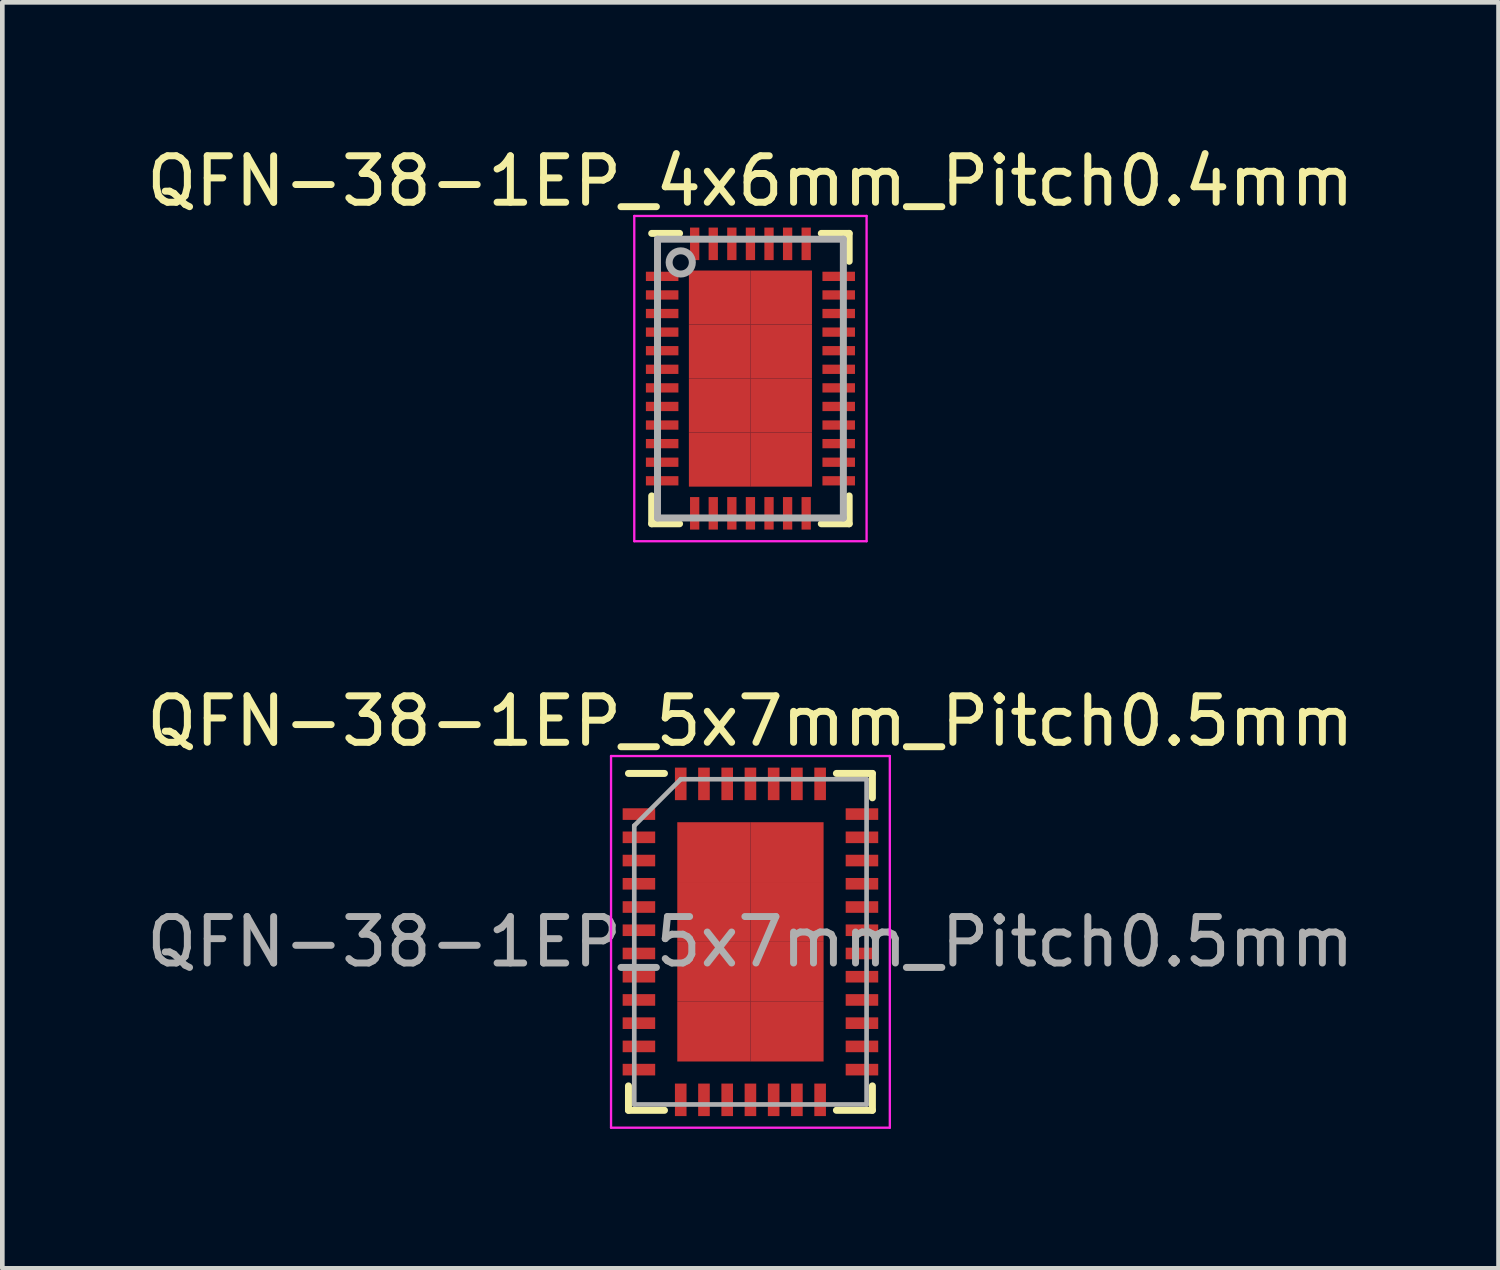
<source format=kicad_pcb>
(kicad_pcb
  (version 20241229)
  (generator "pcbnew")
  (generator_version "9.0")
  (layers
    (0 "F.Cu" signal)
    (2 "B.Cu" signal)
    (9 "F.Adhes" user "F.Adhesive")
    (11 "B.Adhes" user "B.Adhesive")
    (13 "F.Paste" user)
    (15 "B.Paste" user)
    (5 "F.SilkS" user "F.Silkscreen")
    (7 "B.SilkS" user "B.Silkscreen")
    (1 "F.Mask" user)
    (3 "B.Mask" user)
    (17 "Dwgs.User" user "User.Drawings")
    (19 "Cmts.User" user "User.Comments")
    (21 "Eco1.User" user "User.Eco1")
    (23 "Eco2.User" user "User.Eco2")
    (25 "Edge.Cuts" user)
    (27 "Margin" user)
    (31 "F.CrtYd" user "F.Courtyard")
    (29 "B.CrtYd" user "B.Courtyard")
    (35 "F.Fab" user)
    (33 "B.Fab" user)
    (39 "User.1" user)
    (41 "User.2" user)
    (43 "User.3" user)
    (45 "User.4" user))
  (footprint "QFN-38-1EP_4x6mm_Pitch0.4mm"
    (layer "F.Cu")
    (at 13.101 5.098)
    (property "Reference" "QFN-38-1EP_4x6mm_Pitch0.4mm" (at 0 -4.25 0) (layer "F.SilkS") (effects (font (size 1 1) (thickness 0.15))))
    (attr smd)
    (fp_line (start -2.125 -3.125) (end -1.525 -3.125) (stroke (width 0.15) (type solid)) (layer "F.SilkS"))
    (fp_line (start -2.125 3.125) (end -2.125 2.525) (stroke (width 0.15) (type solid)) (layer "F.SilkS"))
    (fp_line (start -2.125 3.125) (end -1.525 3.125) (stroke (width 0.15) (type solid)) (layer "F.SilkS"))
    (fp_line (start 2.125 -3.125) (end 1.525 -3.125) (stroke (width 0.15) (type solid)) (layer "F.SilkS"))
    (fp_line (start 2.125 -3.125) (end 2.125 -2.525) (stroke (width 0.15) (type solid)) (layer "F.SilkS"))
    (fp_line (start 2.125 3.125) (end 1.525 3.125) (stroke (width 0.15) (type solid)) (layer "F.SilkS"))
    (fp_line (start 2.125 3.125) (end 2.125 2.525) (stroke (width 0.15) (type solid)) (layer "F.SilkS"))
    (fp_line (start -2.5 -3.5) (end -2.5 3.5) (stroke (width 0.05) (type solid)) (layer "F.CrtYd"))
    (fp_line (start -2.5 -3.5) (end 2.5 -3.5) (stroke (width 0.05) (type solid)) (layer "F.CrtYd"))
    (fp_line (start -2.5 3.5) (end 2.5 3.5) (stroke (width 0.05) (type solid)) (layer "F.CrtYd"))
    (fp_line (start 2.5 -3.5) (end 2.5 3.5) (stroke (width 0.05) (type solid)) (layer "F.CrtYd"))
    (fp_line (start -2 -3) (end 2 -3) (stroke (width 0.15) (type solid)) (layer "F.Fab"))
    (fp_line (start -2 3) (end -2 -3) (stroke (width 0.15) (type solid)) (layer "F.Fab"))
    (fp_line (start 2 -3) (end 2 3) (stroke (width 0.15) (type solid)) (layer "F.Fab"))
    (fp_line (start 2 3) (end -2 3) (stroke (width 0.15) (type solid)) (layer "F.Fab"))
    (fp_circle (center -1.5 -2.5) (end -1.75 -2.5) (stroke (width 0.15) (type solid)) (fill no) (layer "F.Fab"))
    (pad "1" smd rect (at -1.9 -2.2) (size 0.7 0.2) (layers "F.Cu" "F.Mask" "F.Paste"))
    (pad "2" smd rect (at -1.9 -1.8) (size 0.7 0.2) (layers "F.Cu" "F.Mask" "F.Paste"))
    (pad "3" smd rect (at -1.9 -1.4) (size 0.7 0.2) (layers "F.Cu" "F.Mask" "F.Paste"))
    (pad "4" smd rect (at -1.9 -1) (size 0.7 0.2) (layers "F.Cu" "F.Mask" "F.Paste"))
    (pad "5" smd rect (at -1.9 -0.6) (size 0.7 0.2) (layers "F.Cu" "F.Mask" "F.Paste"))
    (pad "6" smd rect (at -1.9 -0.2) (size 0.7 0.2) (layers "F.Cu" "F.Mask" "F.Paste"))
    (pad "7" smd rect (at -1.9 0.2) (size 0.7 0.2) (layers "F.Cu" "F.Mask" "F.Paste"))
    (pad "8" smd rect (at -1.9 0.6) (size 0.7 0.2) (layers "F.Cu" "F.Mask" "F.Paste"))
    (pad "9" smd rect (at -1.9 1) (size 0.7 0.2) (layers "F.Cu" "F.Mask" "F.Paste"))
    (pad "10" smd rect (at -1.9 1.4) (size 0.7 0.2) (layers "F.Cu" "F.Mask" "F.Paste"))
    (pad "11" smd rect (at -1.9 1.8) (size 0.7 0.2) (layers "F.Cu" "F.Mask" "F.Paste"))
    (pad "12" smd rect (at -1.9 2.2) (size 0.7 0.2) (layers "F.Cu" "F.Mask" "F.Paste"))
    (pad "13" smd rect (at -1.2 2.9 90) (size 0.7 0.2) (layers "F.Cu" "F.Mask" "F.Paste"))
    (pad "14" smd rect (at -0.8 2.9 90) (size 0.7 0.2) (layers "F.Cu" "F.Mask" "F.Paste"))
    (pad "15" smd rect (at -0.4 2.9 90) (size 0.7 0.2) (layers "F.Cu" "F.Mask" "F.Paste"))
    (pad "16" smd rect (at 0 2.9 90) (size 0.7 0.2) (layers "F.Cu" "F.Mask" "F.Paste"))
    (pad "17" smd rect (at 0.4 2.9 90) (size 0.7 0.2) (layers "F.Cu" "F.Mask" "F.Paste"))
    (pad "18" smd rect (at 0.8 2.9 90) (size 0.7 0.2) (layers "F.Cu" "F.Mask" "F.Paste"))
    (pad "19" smd rect (at 1.2 2.9 90) (size 0.7 0.2) (layers "F.Cu" "F.Mask" "F.Paste"))
    (pad "20" smd rect (at 1.9 2.2) (size 0.7 0.2) (layers "F.Cu" "F.Mask" "F.Paste"))
    (pad "21" smd rect (at 1.9 1.8) (size 0.7 0.2) (layers "F.Cu" "F.Mask" "F.Paste"))
    (pad "22" smd rect (at 1.9 1.4) (size 0.7 0.2) (layers "F.Cu" "F.Mask" "F.Paste"))
    (pad "23" smd rect (at 1.9 1) (size 0.7 0.2) (layers "F.Cu" "F.Mask" "F.Paste"))
    (pad "24" smd rect (at 1.9 0.6) (size 0.7 0.2) (layers "F.Cu" "F.Mask" "F.Paste"))
    (pad "25" smd rect (at 1.9 0.2) (size 0.7 0.2) (layers "F.Cu" "F.Mask" "F.Paste"))
    (pad "26" smd rect (at 1.9 -0.2) (size 0.7 0.2) (layers "F.Cu" "F.Mask" "F.Paste"))
    (pad "27" smd rect (at 1.9 -0.6) (size 0.7 0.2) (layers "F.Cu" "F.Mask" "F.Paste"))
    (pad "28" smd rect (at 1.9 -1) (size 0.7 0.2) (layers "F.Cu" "F.Mask" "F.Paste"))
    (pad "29" smd rect (at 1.9 -1.4) (size 0.7 0.2) (layers "F.Cu" "F.Mask" "F.Paste"))
    (pad "30" smd rect (at 1.9 -1.8) (size 0.7 0.2) (layers "F.Cu" "F.Mask" "F.Paste"))
    (pad "31" smd rect (at 1.9 -2.2) (size 0.7 0.2) (layers "F.Cu" "F.Mask" "F.Paste"))
    (pad "32" smd rect (at 1.2 -2.9 90) (size 0.7 0.2) (layers "F.Cu" "F.Mask" "F.Paste"))
    (pad "33" smd rect (at 0.8 -2.9 90) (size 0.7 0.2) (layers "F.Cu" "F.Mask" "F.Paste"))
    (pad "34" smd rect (at 0.4 -2.9 90) (size 0.7 0.2) (layers "F.Cu" "F.Mask" "F.Paste"))
    (pad "35" smd rect (at 0 -2.9 90) (size 0.7 0.2) (layers "F.Cu" "F.Mask" "F.Paste"))
    (pad "36" smd rect (at -0.4 -2.9 90) (size 0.7 0.2) (layers "F.Cu" "F.Mask" "F.Paste"))
    (pad "37" smd rect (at -0.8 -2.9 90) (size 0.7 0.2) (layers "F.Cu" "F.Mask" "F.Paste"))
    (pad "38" smd rect (at -1.2 -2.9 90) (size 0.7 0.2) (layers "F.Cu" "F.Mask" "F.Paste"))
    (pad "39" smd rect (at -0.662 -1.744) (size 1.325 1.163) (layers "F.Cu" "F.Mask" "F.Paste"))
    (pad "39" smd rect (at -0.662 -0.581) (size 1.325 1.163) (layers "F.Cu" "F.Mask" "F.Paste"))
    (pad "39" smd rect (at -0.662 0.581) (size 1.325 1.163) (layers "F.Cu" "F.Mask" "F.Paste"))
    (pad "39" smd rect (at -0.662 1.744) (size 1.325 1.163) (layers "F.Cu" "F.Mask" "F.Paste"))
    (pad "39" smd rect (at 0.662 -1.744) (size 1.325 1.163) (layers "F.Cu" "F.Mask" "F.Paste"))
    (pad "39" smd rect (at 0.662 -0.581) (size 1.325 1.163) (layers "F.Cu" "F.Mask" "F.Paste"))
    (pad "39" smd rect (at 0.662 0.581) (size 1.325 1.163) (layers "F.Cu" "F.Mask" "F.Paste"))
    (pad "39" smd rect (at 0.662 1.744) (size 1.325 1.163) (layers "F.Cu" "F.Mask" "F.Paste")))
  (footprint "QFN-38-1EP_5x7mm_Pitch0.5mm"
    (layer "F.Cu")
    (at 13.101 17.221)
    (property "Reference" "QFN-38-1EP_5x7mm_Pitch0.5mm" (at 0 -4.75 0) (layer "F.SilkS") (effects (font (size 1 1) (thickness 0.15))))
    (attr smd)
    (fp_line (start -2.625 -3.625) (end -1.85 -3.625) (stroke (width 0.15) (type solid)) (layer "F.SilkS"))
    (fp_line (start -2.625 3.625) (end -2.625 3.1) (stroke (width 0.15) (type solid)) (layer "F.SilkS"))
    (fp_line (start -2.625 3.625) (end -1.85 3.625) (stroke (width 0.15) (type solid)) (layer "F.SilkS"))
    (fp_line (start 2.625 -3.625) (end 1.85 -3.625) (stroke (width 0.15) (type solid)) (layer "F.SilkS"))
    (fp_line (start 2.625 -3.625) (end 2.625 -3.1) (stroke (width 0.15) (type solid)) (layer "F.SilkS"))
    (fp_line (start 2.625 3.625) (end 1.85 3.625) (stroke (width 0.15) (type solid)) (layer "F.SilkS"))
    (fp_line (start 2.625 3.625) (end 2.625 3.1) (stroke (width 0.15) (type solid)) (layer "F.SilkS"))
    (fp_line (start -3 -4) (end -3 4) (stroke (width 0.05) (type solid)) (layer "F.CrtYd"))
    (fp_line (start -3 -4) (end 3 -4) (stroke (width 0.05) (type solid)) (layer "F.CrtYd"))
    (fp_line (start -3 4) (end 3 4) (stroke (width 0.05) (type solid)) (layer "F.CrtYd"))
    (fp_line (start 3 -4) (end 3 4) (stroke (width 0.05) (type solid)) (layer "F.CrtYd"))
    (fp_line (start -2.5 -2.5) (end -1.5 -3.5) (stroke (width 0.1) (type solid)) (layer "F.Fab"))
    (fp_line (start -2.5 3.5) (end -2.5 -2.5) (stroke (width 0.1) (type solid)) (layer "F.Fab"))
    (fp_line (start -1.5 -3.5) (end 2.5 -3.5) (stroke (width 0.1) (type solid)) (layer "F.Fab"))
    (fp_line (start 2.5 -3.5) (end 2.5 3.5) (stroke (width 0.1) (type solid)) (layer "F.Fab"))
    (fp_line (start 2.5 3.5) (end -2.5 3.5) (stroke (width 0.1) (type solid)) (layer "F.Fab"))
    (fp_text user "${REFERENCE}" (at 0 0 0) (layer "F.Fab") (effects (font (size 1 1) (thickness 0.15))))
    (pad "1" smd rect (at -2.4 -2.75) (size 0.7 0.25) (layers "F.Cu" "F.Mask" "F.Paste"))
    (pad "2" smd rect (at -2.4 -2.25) (size 0.7 0.25) (layers "F.Cu" "F.Mask" "F.Paste"))
    (pad "3" smd rect (at -2.4 -1.75) (size 0.7 0.25) (layers "F.Cu" "F.Mask" "F.Paste"))
    (pad "4" smd rect (at -2.4 -1.25) (size 0.7 0.25) (layers "F.Cu" "F.Mask" "F.Paste"))
    (pad "5" smd rect (at -2.4 -0.75) (size 0.7 0.25) (layers "F.Cu" "F.Mask" "F.Paste"))
    (pad "6" smd rect (at -2.4 -0.25) (size 0.7 0.25) (layers "F.Cu" "F.Mask" "F.Paste"))
    (pad "7" smd rect (at -2.4 0.25) (size 0.7 0.25) (layers "F.Cu" "F.Mask" "F.Paste"))
    (pad "8" smd rect (at -2.4 0.75) (size 0.7 0.25) (layers "F.Cu" "F.Mask" "F.Paste"))
    (pad "9" smd rect (at -2.4 1.25) (size 0.7 0.25) (layers "F.Cu" "F.Mask" "F.Paste"))
    (pad "10" smd rect (at -2.4 1.75) (size 0.7 0.25) (layers "F.Cu" "F.Mask" "F.Paste"))
    (pad "11" smd rect (at -2.4 2.25) (size 0.7 0.25) (layers "F.Cu" "F.Mask" "F.Paste"))
    (pad "12" smd rect (at -2.4 2.75) (size 0.7 0.25) (layers "F.Cu" "F.Mask" "F.Paste"))
    (pad "13" smd rect (at -1.5 3.4 90) (size 0.7 0.25) (layers "F.Cu" "F.Mask" "F.Paste"))
    (pad "14" smd rect (at -1 3.4 90) (size 0.7 0.25) (layers "F.Cu" "F.Mask" "F.Paste"))
    (pad "15" smd rect (at -0.5 3.4 90) (size 0.7 0.25) (layers "F.Cu" "F.Mask" "F.Paste"))
    (pad "16" smd rect (at 0 3.4 90) (size 0.7 0.25) (layers "F.Cu" "F.Mask" "F.Paste"))
    (pad "17" smd rect (at 0.5 3.4 90) (size 0.7 0.25) (layers "F.Cu" "F.Mask" "F.Paste"))
    (pad "18" smd rect (at 1 3.4 90) (size 0.7 0.25) (layers "F.Cu" "F.Mask" "F.Paste"))
    (pad "19" smd rect (at 1.5 3.4 90) (size 0.7 0.25) (layers "F.Cu" "F.Mask" "F.Paste"))
    (pad "20" smd rect (at 2.4 2.75) (size 0.7 0.25) (layers "F.Cu" "F.Mask" "F.Paste"))
    (pad "21" smd rect (at 2.4 2.25) (size 0.7 0.25) (layers "F.Cu" "F.Mask" "F.Paste"))
    (pad "22" smd rect (at 2.4 1.75) (size 0.7 0.25) (layers "F.Cu" "F.Mask" "F.Paste"))
    (pad "23" smd rect (at 2.4 1.25) (size 0.7 0.25) (layers "F.Cu" "F.Mask" "F.Paste"))
    (pad "24" smd rect (at 2.4 0.75) (size 0.7 0.25) (layers "F.Cu" "F.Mask" "F.Paste"))
    (pad "25" smd rect (at 2.4 0.25) (size 0.7 0.25) (layers "F.Cu" "F.Mask" "F.Paste"))
    (pad "26" smd rect (at 2.4 -0.25) (size 0.7 0.25) (layers "F.Cu" "F.Mask" "F.Paste"))
    (pad "27" smd rect (at 2.4 -0.75) (size 0.7 0.25) (layers "F.Cu" "F.Mask" "F.Paste"))
    (pad "28" smd rect (at 2.4 -1.25) (size 0.7 0.25) (layers "F.Cu" "F.Mask" "F.Paste"))
    (pad "29" smd rect (at 2.4 -1.75) (size 0.7 0.25) (layers "F.Cu" "F.Mask" "F.Paste"))
    (pad "30" smd rect (at 2.4 -2.25) (size 0.7 0.25) (layers "F.Cu" "F.Mask" "F.Paste"))
    (pad "31" smd rect (at 2.4 -2.75) (size 0.7 0.25) (layers "F.Cu" "F.Mask" "F.Paste"))
    (pad "32" smd rect (at 1.5 -3.4 90) (size 0.7 0.25) (layers "F.Cu" "F.Mask" "F.Paste"))
    (pad "33" smd rect (at 1 -3.4 90) (size 0.7 0.25) (layers "F.Cu" "F.Mask" "F.Paste"))
    (pad "34" smd rect (at 0.5 -3.4 90) (size 0.7 0.25) (layers "F.Cu" "F.Mask" "F.Paste"))
    (pad "35" smd rect (at 0 -3.4 90) (size 0.7 0.25) (layers "F.Cu" "F.Mask" "F.Paste"))
    (pad "36" smd rect (at -0.5 -3.4 90) (size 0.7 0.25) (layers "F.Cu" "F.Mask" "F.Paste"))
    (pad "37" smd rect (at -1 -3.4 90) (size 0.7 0.25) (layers "F.Cu" "F.Mask" "F.Paste"))
    (pad "38" smd rect (at -1.5 -3.4 90) (size 0.7 0.25) (layers "F.Cu" "F.Mask" "F.Paste"))
    (pad "39" smd rect (at -0.787 -1.931) (size 1.575 1.288) (layers "F.Cu" "F.Mask" "F.Paste"))
    (pad "39" smd rect (at -0.787 -0.644) (size 1.575 1.288) (layers "F.Cu" "F.Mask" "F.Paste"))
    (pad "39" smd rect (at -0.787 0.644) (size 1.575 1.288) (layers "F.Cu" "F.Mask" "F.Paste"))
    (pad "39" smd rect (at -0.787 1.931) (size 1.575 1.288) (layers "F.Cu" "F.Mask" "F.Paste"))
    (pad "39" smd rect (at 0.787 -1.931) (size 1.575 1.288) (layers "F.Cu" "F.Mask" "F.Paste"))
    (pad "39" smd rect (at 0.787 -0.644) (size 1.575 1.288) (layers "F.Cu" "F.Mask" "F.Paste"))
    (pad "39" smd rect (at 0.787 0.644) (size 1.575 1.288) (layers "F.Cu" "F.Mask" "F.Paste"))
    (pad "39" smd rect (at 0.787 1.931) (size 1.575 1.288) (layers "F.Cu" "F.Mask" "F.Paste")))
  (gr_rect
    (start -3 -3)
    (end 29.202 24.247)
    (stroke (width 0.1) (type default))
    (fill no)
    (layer "Edge.Cuts")))
</source>
